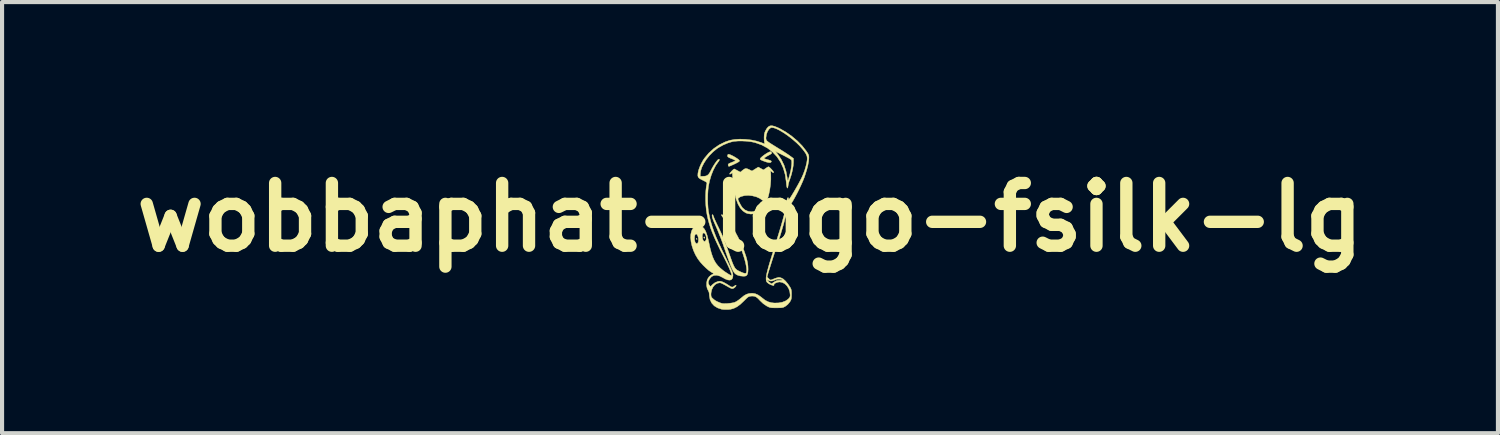
<source format=kicad_pcb>
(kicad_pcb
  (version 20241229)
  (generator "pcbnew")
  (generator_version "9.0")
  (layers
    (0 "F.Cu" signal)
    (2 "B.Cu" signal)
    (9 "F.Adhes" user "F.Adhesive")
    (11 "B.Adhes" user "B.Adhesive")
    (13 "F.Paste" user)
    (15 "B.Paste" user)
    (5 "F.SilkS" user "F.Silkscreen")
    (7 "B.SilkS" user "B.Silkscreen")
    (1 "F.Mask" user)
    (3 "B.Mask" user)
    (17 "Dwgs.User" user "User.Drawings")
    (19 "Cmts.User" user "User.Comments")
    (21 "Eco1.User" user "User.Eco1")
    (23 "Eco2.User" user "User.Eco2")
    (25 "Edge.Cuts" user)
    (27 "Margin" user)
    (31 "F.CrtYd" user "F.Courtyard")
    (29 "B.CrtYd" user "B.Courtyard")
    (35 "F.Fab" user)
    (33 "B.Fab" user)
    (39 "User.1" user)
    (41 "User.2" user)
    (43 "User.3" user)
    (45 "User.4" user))
  (footprint "wobbaphat-logo-fsilk-lg"
    (layer "F.Cu")
    (at 15.175 2.231)
    (property "Reference" "wobbaphat-logo-fsilk-lg" (at 0 0 0) (layer "F.SilkS") (effects (font (size 1.524 1.524) (thickness 0.3))))
    (attr through_hole)
    (fp_poly (pts (xy -1.297 0.515) (xy -1.284 0.527) (xy -1.283 0.529) (xy -1.294 0.535) (xy -1.297 0.535) (xy -1.31 0.524) (xy -1.31 0.521) (xy -1.302 0.513) (xy -1.297 0.515)) (stroke (width 0.01) (type solid)) (fill yes) (layer "F.SilkS"))
    (fp_poly (pts (xy -1.11 0.475) (xy -1.097 0.492) (xy -1.096 0.495) (xy -1.106 0.508) (xy -1.11 0.508) (xy -1.121 0.497) (xy -1.123 0.487) (xy -1.116 0.473) (xy -1.11 0.475)) (stroke (width 0.01) (type solid)) (fill yes) (layer "F.SilkS"))
    (fp_poly (pts (xy -0.506 -1.53) (xy -0.468 -1.516) (xy -0.42 -1.493) (xy -0.37 -1.465) (xy -0.322 -1.435) (xy -0.283 -1.407) (xy -0.259 -1.383) (xy -0.254 -1.372) (xy -0.262 -1.36) (xy -0.287 -1.342) (xy -0.331 -1.318) (xy -0.397 -1.286) (xy -0.45 -1.262) (xy -0.49 -1.245) (xy -0.511 -1.239) (xy -0.522 -1.242) (xy -0.528 -1.256) (xy -0.528 -1.257) (xy -0.532 -1.279) (xy -0.525 -1.296) (xy -0.503 -1.311) (xy -0.461 -1.329) (xy -0.441 -1.337) (xy -0.399 -1.354) (xy -0.367 -1.369) (xy -0.354 -1.377) (xy -0.363 -1.386) (xy -0.391 -1.401) (xy -0.433 -1.42) (xy -0.448 -1.425) (xy -0.499 -1.446) (xy -0.529 -1.463) (xy -0.544 -1.478) (xy -0.548 -1.494) (xy -0.541 -1.521) (xy -0.529 -1.532) (xy -0.506 -1.53)) (stroke (width 0.01) (type solid)) (fill yes) (layer "F.SilkS"))
    (fp_poly (pts (xy 0.508 -1.596) (xy 0.519 -1.582) (xy 0.521 -1.578) (xy 0.527 -1.561) (xy 0.519 -1.547) (xy 0.493 -1.53) (xy 0.472 -1.518) (xy 0.426 -1.494) (xy 0.384 -1.468) (xy 0.368 -1.458) (xy 0.349 -1.445) (xy 0.341 -1.436) (xy 0.347 -1.428) (xy 0.371 -1.418) (xy 0.416 -1.405) (xy 0.445 -1.397) (xy 0.49 -1.383) (xy 0.513 -1.37) (xy 0.519 -1.355) (xy 0.519 -1.353) (xy 0.503 -1.333) (xy 0.467 -1.329) (xy 0.411 -1.34) (xy 0.354 -1.359) (xy 0.297 -1.38) (xy 0.263 -1.397) (xy 0.247 -1.411) (xy 0.247 -1.425) (xy 0.26 -1.443) (xy 0.261 -1.445) (xy 0.3 -1.481) (xy 0.353 -1.521) (xy 0.408 -1.557) (xy 0.456 -1.583) (xy 0.459 -1.584) (xy 0.491 -1.596) (xy 0.508 -1.596)) (stroke (width 0.01) (type solid)) (fill yes) (layer "F.SilkS"))
    (fp_poly (pts (xy -0.667 -0.057) (xy -0.638 -0.03) (xy -0.601 0.01) (xy -0.56 0.057) (xy -0.519 0.108) (xy -0.481 0.159) (xy -0.466 0.181) (xy -0.377 0.325) (xy -0.292 0.481) (xy -0.214 0.643) (xy -0.148 0.804) (xy -0.096 0.955) (xy -0.079 1.016) (xy -0.061 1.099) (xy -0.05 1.183) (xy -0.047 1.262) (xy -0.051 1.329) (xy -0.063 1.379) (xy -0.07 1.394) (xy -0.087 1.415) (xy -0.107 1.426) (xy -0.14 1.43) (xy -0.171 1.43) (xy -0.236 1.424) (xy -0.295 1.408) (xy -0.302 1.405) (xy -0.329 1.391) (xy -0.353 1.376) (xy -0.375 1.355) (xy -0.396 1.327) (xy -0.418 1.29) (xy -0.442 1.241) (xy -0.469 1.177) (xy -0.499 1.097) (xy -0.535 0.998) (xy -0.578 0.877) (xy -0.609 0.789) (xy -0.658 0.647) (xy -0.703 0.524) (xy -0.747 0.412) (xy -0.791 0.303) (xy -0.84 0.191) (xy -0.874 0.114) (xy -0.9 0.05) (xy -0.917 -0.004) (xy -0.923 -0.043) (xy -0.918 -0.064) (xy -0.911 -0.067) (xy -0.901 -0.055) (xy -0.888 -0.027) (xy -0.884 -0.015) (xy -0.873 0.015) (xy -0.852 0.064) (xy -0.824 0.125) (xy -0.792 0.193) (xy -0.774 0.229) (xy -0.726 0.329) (xy -0.683 0.422) (xy -0.643 0.515) (xy -0.604 0.613) (xy -0.563 0.722) (xy -0.518 0.85) (xy -0.502 0.896) (xy -0.465 1.001) (xy -0.435 1.084) (xy -0.409 1.148) (xy -0.386 1.196) (xy -0.365 1.232) (xy -0.342 1.258) (xy -0.317 1.279) (xy -0.287 1.297) (xy -0.267 1.307) (xy -0.217 1.33) (xy -0.171 1.349) (xy -0.138 1.359) (xy -0.107 1.362) (xy -0.093 1.351) (xy -0.086 1.33) (xy -0.081 1.278) (xy -0.088 1.207) (xy -0.105 1.12) (xy -0.131 1.019) (xy -0.165 0.91) (xy -0.205 0.795) (xy -0.251 0.679) (xy -0.302 0.565) (xy -0.329 0.509) (xy -0.406 0.361) (xy -0.479 0.237) (xy -0.549 0.133) (xy -0.619 0.046) (xy -0.629 0.036) (xy -0.671 -0.014) (xy -0.692 -0.047) (xy -0.693 -0.064) (xy -0.683 -0.067) (xy -0.667 -0.057)) (stroke (width 0.01) (type solid)) (fill yes) (layer "F.SilkS"))
    (fp_poly (pts (xy 0.466 -1.22) (xy 0.493 -1.197) (xy 0.523 -1.166) (xy 0.551 -1.134) (xy 0.57 -1.108) (xy 0.575 -1.097) (xy 0.568 -1.084) (xy 0.547 -1.093) (xy 0.528 -1.11) (xy 0.499 -1.137) (xy 0.505 -1.039) (xy 0.506 -0.921) (xy 0.497 -0.794) (xy 0.479 -0.665) (xy 0.453 -0.541) (xy 0.42 -0.428) (xy 0.381 -0.334) (xy 0.38 -0.332) (xy 0.338 -0.264) (xy 0.284 -0.2) (xy 0.225 -0.145) (xy 0.169 -0.108) (xy 0.168 -0.108) (xy 0.096 -0.085) (xy 0.015 -0.08) (xy -0.063 -0.093) (xy -0.103 -0.108) (xy -0.175 -0.157) (xy -0.237 -0.227) (xy -0.291 -0.32) (xy -0.335 -0.436) (xy -0.339 -0.451) (xy -0.294 -0.451) (xy -0.288 -0.425) (xy -0.271 -0.385) (xy -0.247 -0.337) (xy -0.221 -0.289) (xy -0.195 -0.249) (xy -0.183 -0.232) (xy -0.121 -0.179) (xy -0.047 -0.146) (xy 0.033 -0.134) (xy 0.114 -0.145) (xy 0.155 -0.161) (xy 0.213 -0.199) (xy 0.269 -0.252) (xy 0.315 -0.313) (xy 0.327 -0.333) (xy 0.339 -0.36) (xy 0.337 -0.379) (xy 0.318 -0.401) (xy 0.311 -0.408) (xy 0.24 -0.459) (xy 0.154 -0.498) (xy 0.058 -0.523) (xy -0.04 -0.534) (xy -0.134 -0.528) (xy -0.217 -0.506) (xy -0.237 -0.497) (xy -0.271 -0.476) (xy -0.291 -0.458) (xy -0.294 -0.451) (xy -0.339 -0.451) (xy -0.372 -0.576) (xy -0.399 -0.74) (xy -0.419 -0.929) (xy -0.422 -0.965) (xy -0.43 -1.082) (xy -0.462 -1.061) (xy -0.485 -1.048) (xy -0.494 -1.05) (xy -0.495 -1.06) (xy -0.486 -1.076) (xy -0.464 -1.103) (xy -0.436 -1.134) (xy -0.408 -1.16) (xy -0.387 -1.175) (xy -0.383 -1.176) (xy -0.37 -1.171) (xy -0.34 -1.155) (xy -0.307 -1.137) (xy -0.235 -1.098) (xy -0.179 -1.144) (xy -0.139 -1.173) (xy -0.108 -1.186) (xy -0.075 -1.183) (xy -0.031 -1.165) (xy -0.016 -1.158) (xy 0.048 -1.126) (xy 0.124 -1.173) (xy 0.201 -1.221) (xy 0.264 -1.186) (xy 0.328 -1.152) (xy 0.381 -1.19) (xy 0.415 -1.213) (xy 0.442 -1.227) (xy 0.449 -1.229) (xy 0.466 -1.22)) (stroke (width 0.01) (type solid)) (fill yes) (layer "F.SilkS"))
    (fp_poly (pts (xy 0.597 -2.211) (xy 0.675 -2.18) (xy 0.726 -2.155) (xy 0.871 -2.073) (xy 1.013 -1.973) (xy 1.147 -1.86) (xy 1.266 -1.739) (xy 1.361 -1.619) (xy 1.394 -1.57) (xy 1.415 -1.535) (xy 1.426 -1.505) (xy 1.43 -1.472) (xy 1.43 -1.437) (xy 1.424 -1.363) (xy 1.407 -1.269) (xy 1.38 -1.162) (xy 1.344 -1.046) (xy 1.318 -0.969) (xy 1.284 -0.883) (xy 1.241 -0.786) (xy 1.193 -0.684) (xy 1.142 -0.582) (xy 1.091 -0.487) (xy 1.043 -0.402) (xy 1.001 -0.334) (xy 0.981 -0.308) (xy 0.946 -0.26) (xy 0.922 -0.22) (xy 0.904 -0.181) (xy 0.89 -0.133) (xy 0.874 -0.067) (xy 0.855 0.013) (xy 0.833 0.098) (xy 0.809 0.188) (xy 0.779 0.289) (xy 0.745 0.403) (xy 0.704 0.532) (xy 0.656 0.681) (xy 0.601 0.849) (xy 0.566 0.956) (xy 0.533 1.059) (xy 0.503 1.153) (xy 0.477 1.236) (xy 0.456 1.302) (xy 0.441 1.35) (xy 0.436 1.37) (xy 0.415 1.45) (xy 0.455 1.49) (xy 0.481 1.515) (xy 0.502 1.523) (xy 0.527 1.517) (xy 0.538 1.512) (xy 0.604 1.486) (xy 0.652 1.47) (xy 0.688 1.462) (xy 0.717 1.462) (xy 0.747 1.469) (xy 0.752 1.47) (xy 0.805 1.497) (xy 0.862 1.548) (xy 0.921 1.619) (xy 0.978 1.705) (xy 0.994 1.737) (xy 1.004 1.77) (xy 1.008 1.814) (xy 1.009 1.873) (xy 1.008 1.931) (xy 1.004 1.972) (xy 0.995 2.004) (xy 0.979 2.036) (xy 0.969 2.053) (xy 0.917 2.116) (xy 0.863 2.159) (xy 0.833 2.176) (xy 0.808 2.188) (xy 0.779 2.194) (xy 0.741 2.198) (xy 0.687 2.199) (xy 0.643 2.199) (xy 0.576 2.199) (xy 0.528 2.197) (xy 0.493 2.192) (xy 0.463 2.183) (xy 0.431 2.168) (xy 0.403 2.153) (xy 0.321 2.097) (xy 0.244 2.024) (xy 0.192 1.969) (xy 0.148 1.935) (xy 0.104 1.917) (xy 0.054 1.913) (xy 0.026 1.915) (xy -0.003 1.919) (xy -0.028 1.926) (xy -0.052 1.94) (xy -0.081 1.965) (xy -0.121 2.004) (xy -0.152 2.035) (xy -0.237 2.115) (xy -0.316 2.173) (xy -0.394 2.212) (xy -0.473 2.234) (xy -0.538 2.241) (xy -0.596 2.241) (xy -0.652 2.238) (xy -0.69 2.233) (xy -0.789 2.2) (xy -0.87 2.15) (xy -0.931 2.083) (xy -0.971 2.001) (xy -0.988 1.906) (xy -0.989 1.887) (xy -0.995 1.828) (xy -1.013 1.783) (xy -1.019 1.774) (xy -1.043 1.722) (xy -1.055 1.657) (xy -1.054 1.587) (xy -1.041 1.524) (xy -1.032 1.503) (xy -0.997 1.447) (xy -0.953 1.408) (xy -0.918 1.387) (xy -0.879 1.368) (xy -0.942 1.331) (xy -1.003 1.289) (xy -1.071 1.23) (xy -1.141 1.162) (xy -1.206 1.09) (xy -1.259 1.02) (xy -1.265 1.013) (xy -1.326 0.91) (xy -1.374 0.804) (xy -1.41 0.697) (xy -1.433 0.593) (xy -1.442 0.496) (xy -1.442 0.494) (xy -1.351 0.494) (xy -1.348 0.548) (xy -1.336 0.597) (xy -1.32 0.626) (xy -1.297 0.64) (xy -1.274 0.63) (xy -1.258 0.601) (xy -1.256 0.592) (xy -1.252 0.545) (xy -1.256 0.498) (xy -1.263 0.474) (xy -1.16 0.474) (xy -1.159 0.484) (xy -1.149 0.536) (xy -1.132 0.571) (xy -1.111 0.587) (xy -1.09 0.581) (xy -1.071 0.553) (xy -1.066 0.537) (xy -1.063 0.486) (xy -1.074 0.435) (xy -1.097 0.394) (xy -1.105 0.386) (xy -1.128 0.378) (xy -1.146 0.393) (xy -1.158 0.427) (xy -1.16 0.474) (xy -1.263 0.474) (xy -1.268 0.456) (xy -1.284 0.423) (xy -1.303 0.405) (xy -1.322 0.408) (xy -1.325 0.41) (xy -1.343 0.445) (xy -1.351 0.494) (xy -1.442 0.494) (xy -1.438 0.407) (xy -1.42 0.331) (xy -1.388 0.27) (xy -1.342 0.228) (xy -1.329 0.221) (xy -1.265 0.205) (xy -1.201 0.213) (xy -1.15 0.238) (xy -1.113 0.278) (xy -1.078 0.338) (xy -1.047 0.422) (xy -1.018 0.53) (xy -1.002 0.602) (xy -0.972 0.743) (xy -0.941 0.862) (xy -0.908 0.961) (xy -0.871 1.044) (xy -0.829 1.115) (xy -0.779 1.178) (xy -0.72 1.236) (xy -0.656 1.289) (xy -0.61 1.323) (xy -0.561 1.355) (xy -0.516 1.384) (xy -0.478 1.405) (xy -0.454 1.415) (xy -0.449 1.415) (xy -0.447 1.395) (xy -0.459 1.353) (xy -0.482 1.291) (xy -0.517 1.209) (xy -0.564 1.11) (xy -0.621 0.995) (xy -0.647 0.943) (xy -0.733 0.775) (xy -0.805 0.625) (xy -0.866 0.491) (xy -0.917 0.369) (xy -0.959 0.256) (xy -0.993 0.147) (xy -1.022 0.041) (xy -1.043 -0.057) (xy -1.061 -0.165) (xy -1.073 -0.285) (xy -1.079 -0.411) (xy -1.079 -0.536) (xy -1.073 -0.654) (xy -1.061 -0.757) (xy -1.049 -0.821) (xy -1.048 -0.837) (xy -1.058 -0.852) (xy -1.083 -0.869) (xy -1.128 -0.892) (xy -1.136 -0.896) (xy -1.196 -0.926) (xy -1.236 -0.951) (xy -1.258 -0.976) (xy -1.264 -0.996) (xy -1.21 -0.996) (xy -1.149 -0.997) (xy -1.089 -1.001) (xy -1.045 -1.015) (xy -1.009 -1.043) (xy -0.977 -1.089) (xy -0.949 -1.141) (xy -0.918 -1.2) (xy -0.883 -1.26) (xy -0.846 -1.316) (xy -0.811 -1.364) (xy -0.783 -1.397) (xy -0.766 -1.409) (xy -0.747 -1.411) (xy -0.744 -1.395) (xy -0.757 -1.368) (xy -0.769 -1.353) (xy -0.834 -1.26) (xy -0.893 -1.147) (xy -0.944 -1.018) (xy -0.985 -0.879) (xy -1.009 -0.759) (xy -1.02 -0.667) (xy -1.027 -0.558) (xy -1.029 -0.442) (xy -1.026 -0.327) (xy -1.019 -0.221) (xy -1.009 -0.139) (xy -0.986 -0.022) (xy -0.958 0.094) (xy -0.923 0.212) (xy -0.88 0.336) (xy -0.828 0.469) (xy -0.765 0.615) (xy -0.69 0.777) (xy -0.619 0.922) (xy -0.564 1.035) (xy -0.52 1.126) (xy -0.485 1.199) (xy -0.459 1.257) (xy -0.44 1.302) (xy -0.427 1.337) (xy -0.42 1.365) (xy -0.416 1.389) (xy -0.414 1.412) (xy -0.414 1.417) (xy -0.423 1.474) (xy -0.448 1.51) (xy -0.488 1.526) (xy -0.542 1.521) (xy -0.608 1.495) (xy -0.649 1.471) (xy -0.734 1.427) (xy -0.81 1.407) (xy -0.877 1.412) (xy -0.934 1.44) (xy -0.979 1.493) (xy -0.99 1.511) (xy -1.011 1.562) (xy -1.013 1.6) (xy -0.998 1.636) (xy -0.989 1.649) (xy -0.961 1.683) (xy -0.909 1.631) (xy -0.849 1.586) (xy -0.78 1.558) (xy -0.729 1.551) (xy -0.689 1.56) (xy -0.635 1.583) (xy -0.571 1.619) (xy -0.523 1.649) (xy -0.478 1.679) (xy -0.446 1.693) (xy -0.422 1.694) (xy -0.398 1.681) (xy -0.382 1.67) (xy -0.356 1.652) (xy -0.34 1.648) (xy -0.339 1.648) (xy -0.339 1.665) (xy -0.355 1.688) (xy -0.38 1.712) (xy -0.404 1.726) (xy -0.429 1.733) (xy -0.453 1.729) (xy -0.487 1.713) (xy -0.504 1.704) (xy -0.578 1.662) (xy -0.632 1.632) (xy -0.671 1.612) (xy -0.699 1.599) (xy -0.719 1.593) (xy -0.737 1.591) (xy -0.739 1.591) (xy -0.799 1.603) (xy -0.853 1.638) (xy -0.898 1.691) (xy -0.93 1.758) (xy -0.947 1.836) (xy -0.949 1.871) (xy -0.946 1.915) (xy -0.933 1.945) (xy -0.912 1.967) (xy -0.872 2.002) (xy -0.837 2.026) (xy -0.798 2.047) (xy -0.752 2.067) (xy -0.711 2.083) (xy -0.674 2.093) (xy -0.633 2.096) (xy -0.578 2.095) (xy -0.555 2.094) (xy -0.491 2.088) (xy -0.43 2.079) (xy -0.381 2.068) (xy -0.371 2.065) (xy -0.323 2.041) (xy -0.266 2.001) (xy -0.214 1.959) (xy -0.148 1.905) (xy -0.087 1.87) (xy -0.025 1.851) (xy 0.047 1.845) (xy 0.056 1.845) (xy 0.125 1.855) (xy 0.196 1.886) (xy 0.273 1.94) (xy 0.294 1.958) (xy 0.368 2.015) (xy 0.44 2.052) (xy 0.518 2.074) (xy 0.588 2.082) (xy 0.688 2.08) (xy 0.783 2.063) (xy 0.865 2.031) (xy 0.928 1.987) (xy 0.959 1.953) (xy 0.973 1.922) (xy 0.976 1.889) (xy 0.966 1.805) (xy 0.939 1.729) (xy 0.897 1.664) (xy 0.845 1.614) (xy 0.785 1.582) (xy 0.719 1.57) (xy 0.672 1.577) (xy 0.622 1.595) (xy 0.591 1.617) (xy 0.58 1.638) (xy 0.582 1.646) (xy 0.581 1.656) (xy 0.563 1.657) (xy 0.532 1.648) (xy 0.495 1.634) (xy 0.458 1.614) (xy 0.448 1.607) (xy 0.415 1.581) (xy 0.399 1.557) (xy 0.392 1.523) (xy 0.392 1.52) (xy 0.419 1.52) (xy 0.423 1.531) (xy 0.439 1.551) (xy 0.468 1.577) (xy 0.478 1.584) (xy 0.524 1.615) (xy 0.584 1.573) (xy 0.625 1.547) (xy 0.663 1.535) (xy 0.71 1.531) (xy 0.722 1.531) (xy 0.768 1.528) (xy 0.787 1.522) (xy 0.78 1.514) (xy 0.749 1.505) (xy 0.719 1.501) (xy 0.662 1.502) (xy 0.607 1.521) (xy 0.604 1.523) (xy 0.538 1.547) (xy 0.481 1.546) (xy 0.444 1.53) (xy 0.424 1.517) (xy 0.419 1.52) (xy 0.392 1.52) (xy 0.391 1.503) (xy 0.39 1.474) (xy 0.394 1.438) (xy 0.401 1.395) (xy 0.413 1.341) (xy 0.43 1.274) (xy 0.452 1.193) (xy 0.481 1.094) (xy 0.517 0.976) (xy 0.561 0.836) (xy 0.593 0.734) (xy 0.656 0.532) (xy 0.711 0.353) (xy 0.758 0.196) (xy 0.797 0.058) (xy 0.829 -0.062) (xy 0.854 -0.167) (xy 0.874 -0.257) (xy 0.888 -0.336) (xy 0.897 -0.405) (xy 0.899 -0.427) (xy 0.906 -0.458) (xy 0.918 -0.477) (xy 0.929 -0.478) (xy 0.936 -0.459) (xy 0.936 -0.452) (xy 0.936 -0.421) (xy 0.962 -0.455) (xy 0.988 -0.491) (xy 1.022 -0.545) (xy 1.063 -0.613) (xy 1.108 -0.69) (xy 1.153 -0.769) (xy 1.195 -0.846) (xy 1.232 -0.916) (xy 1.256 -0.963) (xy 1.294 -1.05) (xy 1.329 -1.144) (xy 1.357 -1.238) (xy 1.378 -1.325) (xy 1.389 -1.399) (xy 1.39 -1.426) (xy 1.387 -1.47) (xy 1.375 -1.511) (xy 1.351 -1.557) (xy 1.313 -1.611) (xy 1.272 -1.663) (xy 1.207 -1.737) (xy 1.132 -1.811) (xy 1.049 -1.883) (xy 0.963 -1.952) (xy 0.875 -2.016) (xy 0.79 -2.072) (xy 0.709 -2.119) (xy 0.636 -2.154) (xy 0.574 -2.176) (xy 0.526 -2.182) (xy 0.502 -2.176) (xy 0.459 -2.139) (xy 0.423 -2.083) (xy 0.399 -2.015) (xy 0.388 -1.94) (xy 0.388 -1.929) (xy 0.388 -1.908) (xy 0.392 -1.89) (xy 0.4 -1.872) (xy 0.417 -1.853) (xy 0.445 -1.831) (xy 0.485 -1.803) (xy 0.542 -1.767) (xy 0.616 -1.721) (xy 0.685 -1.678) (xy 0.758 -1.634) (xy 0.83 -1.588) (xy 0.896 -1.545) (xy 0.948 -1.51) (xy 0.968 -1.495) (xy 1.056 -1.431) (xy 1.056 -1.34) (xy 1.049 -1.251) (xy 1.032 -1.149) (xy 1.006 -1.042) (xy 0.973 -0.941) (xy 0.969 -0.929) (xy 0.949 -0.872) (xy 0.934 -0.815) (xy 0.926 -0.771) (xy 0.919 -0.728) (xy 0.911 -0.71) (xy 0.902 -0.715) (xy 0.894 -0.743) (xy 0.886 -0.791) (xy 0.88 -0.857) (xy 0.856 -1.032) (xy 0.81 -1.193) (xy 0.743 -1.34) (xy 0.656 -1.472) (xy 0.549 -1.586) (xy 0.526 -1.604) (xy 0.615 -1.604) (xy 0.679 -1.525) (xy 0.76 -1.405) (xy 0.827 -1.267) (xy 0.875 -1.117) (xy 0.904 -0.962) (xy 0.909 -0.922) (xy 0.915 -0.901) (xy 0.922 -0.901) (xy 0.933 -0.922) (xy 0.946 -0.966) (xy 0.965 -1.034) (xy 0.969 -1.05) (xy 0.991 -1.143) (xy 1.005 -1.227) (xy 1.013 -1.299) (xy 1.013 -1.355) (xy 1.006 -1.391) (xy 1.002 -1.398) (xy 0.984 -1.411) (xy 0.947 -1.434) (xy 0.895 -1.462) (xy 0.833 -1.495) (xy 0.799 -1.512) (xy 0.615 -1.604) (xy 0.526 -1.604) (xy 0.424 -1.683) (xy 0.282 -1.76) (xy 0.124 -1.816) (xy 0.112 -1.819) (xy 0.021 -1.838) (xy -0.084 -1.85) (xy -0.193 -1.855) (xy -0.299 -1.854) (xy -0.392 -1.846) (xy -0.427 -1.84) (xy -0.537 -1.807) (xy -0.652 -1.758) (xy -0.764 -1.695) (xy -0.809 -1.665) (xy -0.899 -1.591) (xy -0.984 -1.505) (xy -1.059 -1.412) (xy -1.122 -1.315) (xy -1.17 -1.22) (xy -1.199 -1.13) (xy -1.208 -1.063) (xy -1.21 -0.996) (xy -1.264 -0.996) (xy -1.268 -1.007) (xy -1.267 -1.047) (xy -1.265 -1.073) (xy -1.251 -1.141) (xy -1.223 -1.221) (xy -1.185 -1.306) (xy -1.14 -1.387) (xy -1.11 -1.432) (xy -1.004 -1.559) (xy -0.882 -1.67) (xy -0.748 -1.762) (xy -0.605 -1.832) (xy -0.484 -1.873) (xy -0.372 -1.892) (xy -0.244 -1.9) (xy -0.108 -1.895) (xy 0.028 -1.88) (xy 0.157 -1.853) (xy 0.272 -1.817) (xy 0.278 -1.815) (xy 0.361 -1.781) (xy 0.351 -1.816) (xy 0.346 -1.848) (xy 0.343 -1.895) (xy 0.342 -1.945) (xy 0.346 -2.01) (xy 0.358 -2.062) (xy 0.377 -2.106) (xy 0.411 -2.163) (xy 0.447 -2.202) (xy 0.487 -2.223) (xy 0.536 -2.226) (xy 0.597 -2.211)) (stroke (width 0.01) (type solid)) (fill yes) (layer "F.SilkS")))
  (gr_rect
    (start -3 -3)
    (end 33.349 7.477)
    (stroke (width 0.1) (type default))
    (fill no)
    (layer "Edge.Cuts")))
</source>
